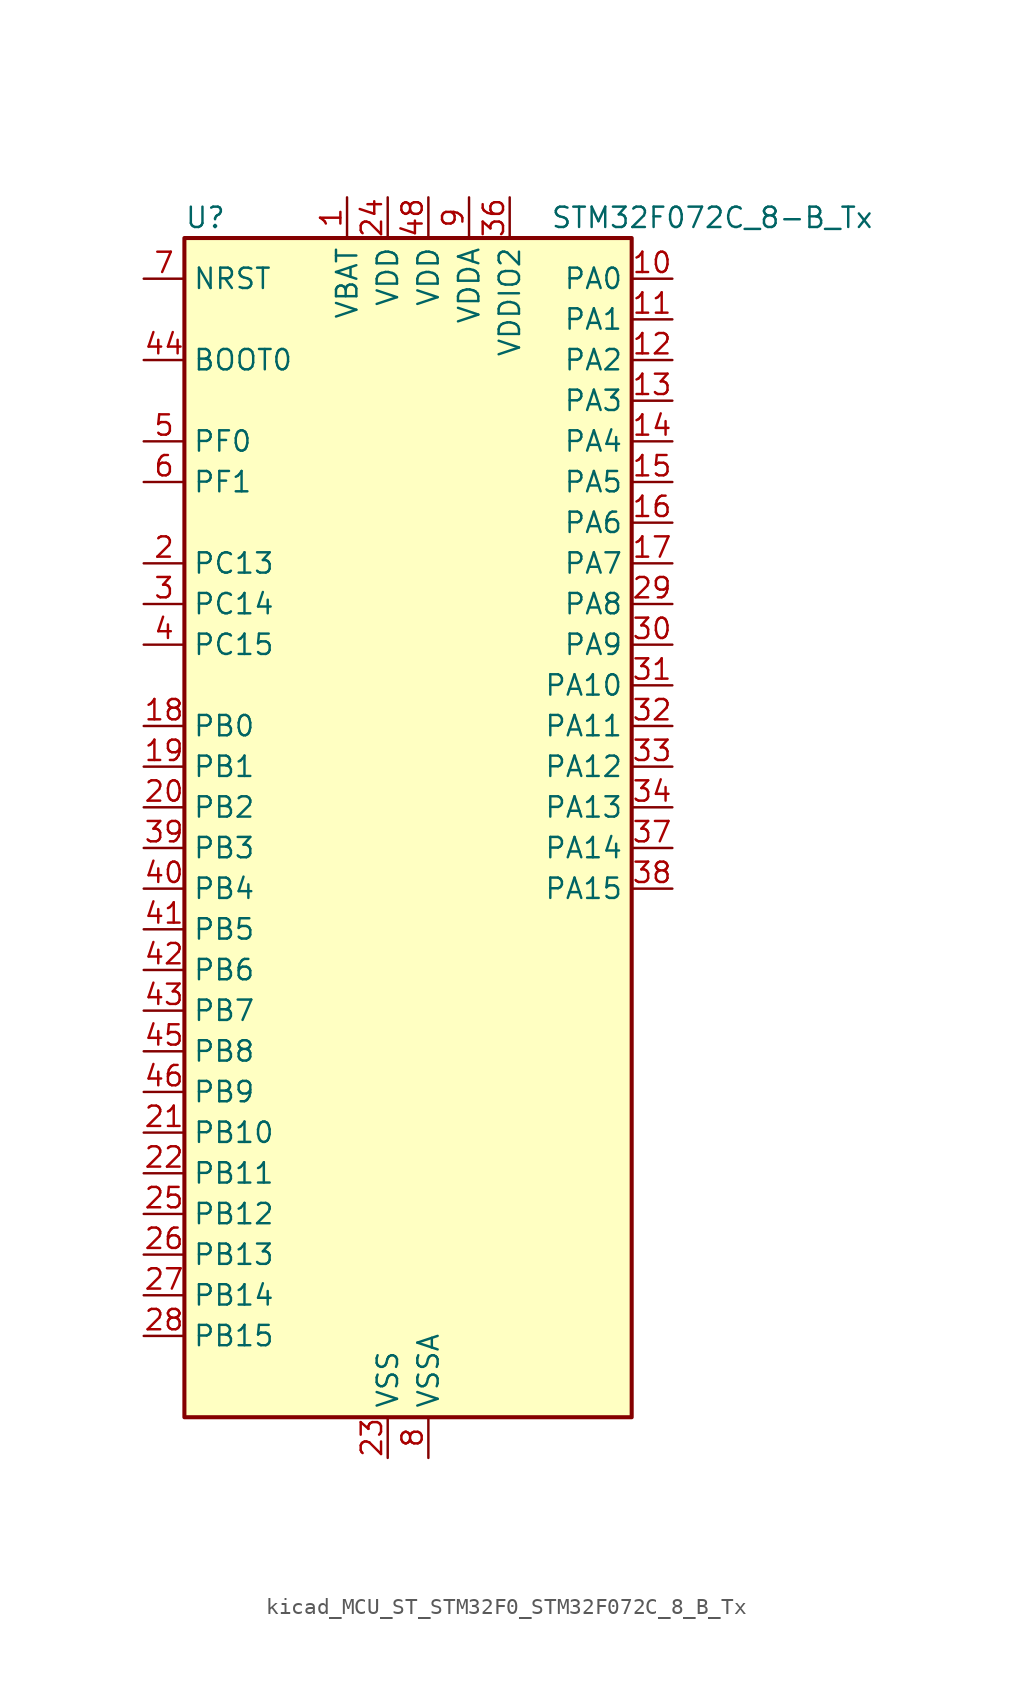
<source format=kicad_sym>
(kicad_symbol_lib
  (version 20220914)
  (generator kicad_symbol_editor)
  (symbol "kicad_MCU_ST_STM32F0_STM32F072C_8_B_Tx"
    (property "Reference" "U"
      (at -12.7 39.37 0)
      (effects (font (size 1.27 1.27)) (justify left)))
    (property "Value" "STM32F072C_8-B_Tx"
      (at 10.16 39.37 0)
      (effects (font (size 1.27 1.27)) (justify left)))
    (property "ki_locked" ""
      (at 0 0 0)
      (effects (font (size 1.27 1.27))))
    (symbol "kicad_MCU_ST_STM32F0_STM32F072C_8_B_Tx_0_1"
      (rectangle (start -12.7 -35.56) (end 15.24 38.1) (stroke (width 0.254) (type default)) (fill (type background))))
    (symbol "kicad_MCU_ST_STM32F0_STM32F072C_8_B_Tx_1_1"
      (pin power_in line (at -2.54 40.64 270) (length 2.54) (name "VBAT" (effects (font (size 1.27 1.27)))) (number "1" (effects (font (size 1.27 1.27)))))
      (pin bidirectional line (at 17.78 35.56 180) (length 2.54) (name "PA0" (effects (font (size 1.27 1.27)))) (number "10" (effects (font (size 1.27 1.27)))) (alternate "ADC_IN0" bidirectional line) (alternate "COMP1_INM" bidirectional line) (alternate "COMP1_OUT" bidirectional line) (alternate "RTC_TAMP2" bidirectional line) (alternate "SYS_WKUP1" bidirectional line) (alternate "TIM2_CH1" bidirectional line) (alternate "TIM2_ETR" bidirectional line) (alternate "TSC_G1_IO1" bidirectional line) (alternate "USART2_CTS" bidirectional line) (alternate "USART4_TX" bidirectional line))
      (pin bidirectional line (at 17.78 33.02 180) (length 2.54) (name "PA1" (effects (font (size 1.27 1.27)))) (number "11" (effects (font (size 1.27 1.27)))) (alternate "ADC_IN1" bidirectional line) (alternate "COMP1_INP" bidirectional line) (alternate "TIM15_CH1N" bidirectional line) (alternate "TIM2_CH2" bidirectional line) (alternate "TSC_G1_IO2" bidirectional line) (alternate "USART2_DE" bidirectional line) (alternate "USART2_RTS" bidirectional line) (alternate "USART4_RX" bidirectional line))
      (pin bidirectional line (at 17.78 30.48 180) (length 2.54) (name "PA2" (effects (font (size 1.27 1.27)))) (number "12" (effects (font (size 1.27 1.27)))) (alternate "ADC_IN2" bidirectional line) (alternate "COMP2_INM" bidirectional line) (alternate "COMP2_OUT" bidirectional line) (alternate "SYS_WKUP4" bidirectional line) (alternate "TIM15_CH1" bidirectional line) (alternate "TIM2_CH3" bidirectional line) (alternate "TSC_G1_IO3" bidirectional line) (alternate "USART2_TX" bidirectional line))
      (pin bidirectional line (at 17.78 27.94 180) (length 2.54) (name "PA3" (effects (font (size 1.27 1.27)))) (number "13" (effects (font (size 1.27 1.27)))) (alternate "ADC_IN3" bidirectional line) (alternate "COMP2_INP" bidirectional line) (alternate "TIM15_CH2" bidirectional line) (alternate "TIM2_CH4" bidirectional line) (alternate "TSC_G1_IO4" bidirectional line) (alternate "USART2_RX" bidirectional line))
      (pin bidirectional line (at 17.78 25.4 180) (length 2.54) (name "PA4" (effects (font (size 1.27 1.27)))) (number "14" (effects (font (size 1.27 1.27)))) (alternate "ADC_IN4" bidirectional line) (alternate "COMP1_INM" bidirectional line) (alternate "COMP2_INM" bidirectional line) (alternate "DAC_OUT1" bidirectional line) (alternate "I2S1_WS" bidirectional line) (alternate "SPI1_NSS" bidirectional line) (alternate "TIM14_CH1" bidirectional line) (alternate "TSC_G2_IO1" bidirectional line) (alternate "USART2_CK" bidirectional line))
      (pin bidirectional line (at 17.78 22.86 180) (length 2.54) (name "PA5" (effects (font (size 1.27 1.27)))) (number "15" (effects (font (size 1.27 1.27)))) (alternate "ADC_IN5" bidirectional line) (alternate "CEC" bidirectional line) (alternate "COMP1_INM" bidirectional line) (alternate "COMP2_INM" bidirectional line) (alternate "DAC_OUT2" bidirectional line) (alternate "I2S1_CK" bidirectional line) (alternate "SPI1_SCK" bidirectional line) (alternate "TIM2_CH1" bidirectional line) (alternate "TIM2_ETR" bidirectional line) (alternate "TSC_G2_IO2" bidirectional line))
      (pin bidirectional line (at 17.78 20.32 180) (length 2.54) (name "PA6" (effects (font (size 1.27 1.27)))) (number "16" (effects (font (size 1.27 1.27)))) (alternate "ADC_IN6" bidirectional line) (alternate "COMP1_OUT" bidirectional line) (alternate "I2S1_MCK" bidirectional line) (alternate "SPI1_MISO" bidirectional line) (alternate "TIM16_CH1" bidirectional line) (alternate "TIM1_BKIN" bidirectional line) (alternate "TIM3_CH1" bidirectional line) (alternate "TSC_G2_IO3" bidirectional line) (alternate "USART3_CTS" bidirectional line))
      (pin bidirectional line (at 17.78 17.78 180) (length 2.54) (name "PA7" (effects (font (size 1.27 1.27)))) (number "17" (effects (font (size 1.27 1.27)))) (alternate "ADC_IN7" bidirectional line) (alternate "COMP2_OUT" bidirectional line) (alternate "I2S1_SD" bidirectional line) (alternate "SPI1_MOSI" bidirectional line) (alternate "TIM14_CH1" bidirectional line) (alternate "TIM17_CH1" bidirectional line) (alternate "TIM1_CH1N" bidirectional line) (alternate "TIM3_CH2" bidirectional line) (alternate "TSC_G2_IO4" bidirectional line))
      (pin bidirectional line (at -15.24 7.62 0) (length 2.54) (name "PB0" (effects (font (size 1.27 1.27)))) (number "18" (effects (font (size 1.27 1.27)))) (alternate "ADC_IN8" bidirectional line) (alternate "TIM1_CH2N" bidirectional line) (alternate "TIM3_CH3" bidirectional line) (alternate "TSC_G3_IO2" bidirectional line) (alternate "USART3_CK" bidirectional line))
      (pin bidirectional line (at -15.24 5.08 0) (length 2.54) (name "PB1" (effects (font (size 1.27 1.27)))) (number "19" (effects (font (size 1.27 1.27)))) (alternate "ADC_IN9" bidirectional line) (alternate "TIM14_CH1" bidirectional line) (alternate "TIM1_CH3N" bidirectional line) (alternate "TIM3_CH4" bidirectional line) (alternate "TSC_G3_IO3" bidirectional line) (alternate "USART3_DE" bidirectional line) (alternate "USART3_RTS" bidirectional line))
      (pin bidirectional line (at -15.24 17.78 0) (length 2.54) (name "PC13" (effects (font (size 1.27 1.27)))) (number "2" (effects (font (size 1.27 1.27)))) (alternate "RTC_OUT_ALARM" bidirectional line) (alternate "RTC_OUT_CALIB" bidirectional line) (alternate "RTC_TAMP1" bidirectional line) (alternate "RTC_TS" bidirectional line) (alternate "SYS_WKUP2" bidirectional line))
      (pin bidirectional line (at -15.24 2.54 0) (length 2.54) (name "PB2" (effects (font (size 1.27 1.27)))) (number "20" (effects (font (size 1.27 1.27)))) (alternate "TSC_G3_IO4" bidirectional line))
      (pin bidirectional line (at -15.24 -17.78 0) (length 2.54) (name "PB10" (effects (font (size 1.27 1.27)))) (number "21" (effects (font (size 1.27 1.27)))) (alternate "CEC" bidirectional line) (alternate "I2C2_SCL" bidirectional line) (alternate "I2S2_CK" bidirectional line) (alternate "SPI2_SCK" bidirectional line) (alternate "TIM2_CH3" bidirectional line) (alternate "TSC_SYNC" bidirectional line) (alternate "USART3_TX" bidirectional line))
      (pin bidirectional line (at -15.24 -20.32 0) (length 2.54) (name "PB11" (effects (font (size 1.27 1.27)))) (number "22" (effects (font (size 1.27 1.27)))) (alternate "I2C2_SDA" bidirectional line) (alternate "TIM2_CH4" bidirectional line) (alternate "TSC_G6_IO1" bidirectional line) (alternate "USART3_RX" bidirectional line))
      (pin power_in line (at 0 -38.1 90) (length 2.54) (name "VSS" (effects (font (size 1.27 1.27)))) (number "23" (effects (font (size 1.27 1.27)))))
      (pin power_in line (at 0 40.64 270) (length 2.54) (name "VDD" (effects (font (size 1.27 1.27)))) (number "24" (effects (font (size 1.27 1.27)))))
      (pin bidirectional line (at -15.24 -22.86 0) (length 2.54) (name "PB12" (effects (font (size 1.27 1.27)))) (number "25" (effects (font (size 1.27 1.27)))) (alternate "I2S2_WS" bidirectional line) (alternate "SPI2_NSS" bidirectional line) (alternate "TIM15_BKIN" bidirectional line) (alternate "TIM1_BKIN" bidirectional line) (alternate "TSC_G6_IO2" bidirectional line) (alternate "USART3_CK" bidirectional line))
      (pin bidirectional line (at -15.24 -25.4 0) (length 2.54) (name "PB13" (effects (font (size 1.27 1.27)))) (number "26" (effects (font (size 1.27 1.27)))) (alternate "I2C2_SCL" bidirectional line) (alternate "I2S2_CK" bidirectional line) (alternate "SPI2_SCK" bidirectional line) (alternate "TIM1_CH1N" bidirectional line) (alternate "TSC_G6_IO3" bidirectional line) (alternate "USART3_CTS" bidirectional line))
      (pin bidirectional line (at -15.24 -27.94 0) (length 2.54) (name "PB14" (effects (font (size 1.27 1.27)))) (number "27" (effects (font (size 1.27 1.27)))) (alternate "I2C2_SDA" bidirectional line) (alternate "I2S2_MCK" bidirectional line) (alternate "SPI2_MISO" bidirectional line) (alternate "TIM15_CH1" bidirectional line) (alternate "TIM1_CH2N" bidirectional line) (alternate "TSC_G6_IO4" bidirectional line) (alternate "USART3_DE" bidirectional line) (alternate "USART3_RTS" bidirectional line))
      (pin bidirectional line (at -15.24 -30.48 0) (length 2.54) (name "PB15" (effects (font (size 1.27 1.27)))) (number "28" (effects (font (size 1.27 1.27)))) (alternate "I2S2_SD" bidirectional line) (alternate "RTC_REFIN" bidirectional line) (alternate "SPI2_MOSI" bidirectional line) (alternate "SYS_WKUP7" bidirectional line) (alternate "TIM15_CH1N" bidirectional line) (alternate "TIM15_CH2" bidirectional line) (alternate "TIM1_CH3N" bidirectional line))
      (pin bidirectional line (at 17.78 15.24 180) (length 2.54) (name "PA8" (effects (font (size 1.27 1.27)))) (number "29" (effects (font (size 1.27 1.27)))) (alternate "CRS_SYNC" bidirectional line) (alternate "RCC_MCO" bidirectional line) (alternate "TIM1_CH1" bidirectional line) (alternate "USART1_CK" bidirectional line))
      (pin bidirectional line (at -15.24 15.24 0) (length 2.54) (name "PC14" (effects (font (size 1.27 1.27)))) (number "3" (effects (font (size 1.27 1.27)))) (alternate "RCC_OSC32_IN" bidirectional line))
      (pin bidirectional line (at 17.78 12.7 180) (length 2.54) (name "PA9" (effects (font (size 1.27 1.27)))) (number "30" (effects (font (size 1.27 1.27)))) (alternate "DAC_EXTI9" bidirectional line) (alternate "TIM15_BKIN" bidirectional line) (alternate "TIM1_CH2" bidirectional line) (alternate "TSC_G4_IO1" bidirectional line) (alternate "USART1_TX" bidirectional line))
      (pin bidirectional line (at 17.78 10.16 180) (length 2.54) (name "PA10" (effects (font (size 1.27 1.27)))) (number "31" (effects (font (size 1.27 1.27)))) (alternate "TIM17_BKIN" bidirectional line) (alternate "TIM1_CH3" bidirectional line) (alternate "TSC_G4_IO2" bidirectional line) (alternate "USART1_RX" bidirectional line))
      (pin bidirectional line (at 17.78 7.62 180) (length 2.54) (name "PA11" (effects (font (size 1.27 1.27)))) (number "32" (effects (font (size 1.27 1.27)))) (alternate "CAN_RX" bidirectional line) (alternate "COMP1_OUT" bidirectional line) (alternate "TIM1_CH4" bidirectional line) (alternate "TSC_G4_IO3" bidirectional line) (alternate "USART1_CTS" bidirectional line) (alternate "USB_DM" bidirectional line))
      (pin bidirectional line (at 17.78 5.08 180) (length 2.54) (name "PA12" (effects (font (size 1.27 1.27)))) (number "33" (effects (font (size 1.27 1.27)))) (alternate "CAN_TX" bidirectional line) (alternate "COMP2_OUT" bidirectional line) (alternate "TIM1_ETR" bidirectional line) (alternate "TSC_G4_IO4" bidirectional line) (alternate "USART1_DE" bidirectional line) (alternate "USART1_RTS" bidirectional line) (alternate "USB_DP" bidirectional line))
      (pin bidirectional line (at 17.78 2.54 180) (length 2.54) (name "PA13" (effects (font (size 1.27 1.27)))) (number "34" (effects (font (size 1.27 1.27)))) (alternate "IR_OUT" bidirectional line) (alternate "SYS_SWDIO" bidirectional line) (alternate "USB_NOE" bidirectional line))
      (pin passive line (at 0 -38.1 90) (length 2.54) hide (name "VSS" (effects (font (size 1.27 1.27)))) (number "35" (effects (font (size 1.27 1.27)))))
      (pin power_in line (at 7.62 40.64 270) (length 2.54) (name "VDDIO2" (effects (font (size 1.27 1.27)))) (number "36" (effects (font (size 1.27 1.27)))))
      (pin bidirectional line (at 17.78 0 180) (length 2.54) (name "PA14" (effects (font (size 1.27 1.27)))) (number "37" (effects (font (size 1.27 1.27)))) (alternate "SYS_SWCLK" bidirectional line) (alternate "USART2_TX" bidirectional line))
      (pin bidirectional line (at 17.78 -2.54 180) (length 2.54) (name "PA15" (effects (font (size 1.27 1.27)))) (number "38" (effects (font (size 1.27 1.27)))) (alternate "I2S1_WS" bidirectional line) (alternate "SPI1_NSS" bidirectional line) (alternate "TIM2_CH1" bidirectional line) (alternate "TIM2_ETR" bidirectional line) (alternate "USART2_RX" bidirectional line) (alternate "USART4_DE" bidirectional line) (alternate "USART4_RTS" bidirectional line))
      (pin bidirectional line (at -15.24 0 0) (length 2.54) (name "PB3" (effects (font (size 1.27 1.27)))) (number "39" (effects (font (size 1.27 1.27)))) (alternate "I2S1_CK" bidirectional line) (alternate "SPI1_SCK" bidirectional line) (alternate "TIM2_CH2" bidirectional line) (alternate "TSC_G5_IO1" bidirectional line))
      (pin bidirectional line (at -15.24 12.7 0) (length 2.54) (name "PC15" (effects (font (size 1.27 1.27)))) (number "4" (effects (font (size 1.27 1.27)))) (alternate "RCC_OSC32_OUT" bidirectional line))
      (pin bidirectional line (at -15.24 -2.54 0) (length 2.54) (name "PB4" (effects (font (size 1.27 1.27)))) (number "40" (effects (font (size 1.27 1.27)))) (alternate "I2S1_MCK" bidirectional line) (alternate "SPI1_MISO" bidirectional line) (alternate "TIM17_BKIN" bidirectional line) (alternate "TIM3_CH1" bidirectional line) (alternate "TSC_G5_IO2" bidirectional line))
      (pin bidirectional line (at -15.24 -5.08 0) (length 2.54) (name "PB5" (effects (font (size 1.27 1.27)))) (number "41" (effects (font (size 1.27 1.27)))) (alternate "I2C1_SMBA" bidirectional line) (alternate "I2S1_SD" bidirectional line) (alternate "SPI1_MOSI" bidirectional line) (alternate "SYS_WKUP6" bidirectional line) (alternate "TIM16_BKIN" bidirectional line) (alternate "TIM3_CH2" bidirectional line))
      (pin bidirectional line (at -15.24 -7.62 0) (length 2.54) (name "PB6" (effects (font (size 1.27 1.27)))) (number "42" (effects (font (size 1.27 1.27)))) (alternate "I2C1_SCL" bidirectional line) (alternate "TIM16_CH1N" bidirectional line) (alternate "TSC_G5_IO3" bidirectional line) (alternate "USART1_TX" bidirectional line))
      (pin bidirectional line (at -15.24 -10.16 0) (length 2.54) (name "PB7" (effects (font (size 1.27 1.27)))) (number "43" (effects (font (size 1.27 1.27)))) (alternate "I2C1_SDA" bidirectional line) (alternate "TIM17_CH1N" bidirectional line) (alternate "TSC_G5_IO4" bidirectional line) (alternate "USART1_RX" bidirectional line) (alternate "USART4_CTS" bidirectional line))
      (pin input line (at -15.24 30.48 0) (length 2.54) (name "BOOT0" (effects (font (size 1.27 1.27)))) (number "44" (effects (font (size 1.27 1.27)))))
      (pin bidirectional line (at -15.24 -12.7 0) (length 2.54) (name "PB8" (effects (font (size 1.27 1.27)))) (number "45" (effects (font (size 1.27 1.27)))) (alternate "CAN_RX" bidirectional line) (alternate "CEC" bidirectional line) (alternate "I2C1_SCL" bidirectional line) (alternate "TIM16_CH1" bidirectional line) (alternate "TSC_SYNC" bidirectional line))
      (pin bidirectional line (at -15.24 -15.24 0) (length 2.54) (name "PB9" (effects (font (size 1.27 1.27)))) (number "46" (effects (font (size 1.27 1.27)))) (alternate "CAN_TX" bidirectional line) (alternate "DAC_EXTI9" bidirectional line) (alternate "I2C1_SDA" bidirectional line) (alternate "I2S2_WS" bidirectional line) (alternate "IR_OUT" bidirectional line) (alternate "SPI2_NSS" bidirectional line) (alternate "TIM17_CH1" bidirectional line))
      (pin passive line (at 0 -38.1 90) (length 2.54) hide (name "VSS" (effects (font (size 1.27 1.27)))) (number "47" (effects (font (size 1.27 1.27)))))
      (pin power_in line (at 2.54 40.64 270) (length 2.54) (name "VDD" (effects (font (size 1.27 1.27)))) (number "48" (effects (font (size 1.27 1.27)))))
      (pin bidirectional line (at -15.24 25.4 0) (length 2.54) (name "PF0" (effects (font (size 1.27 1.27)))) (number "5" (effects (font (size 1.27 1.27)))) (alternate "CRS_SYNC" bidirectional line) (alternate "RCC_OSC_IN" bidirectional line))
      (pin bidirectional line (at -15.24 22.86 0) (length 2.54) (name "PF1" (effects (font (size 1.27 1.27)))) (number "6" (effects (font (size 1.27 1.27)))) (alternate "RCC_OSC_OUT" bidirectional line))
      (pin input line (at -15.24 35.56 0) (length 2.54) (name "NRST" (effects (font (size 1.27 1.27)))) (number "7" (effects (font (size 1.27 1.27)))))
      (pin power_in line (at 2.54 -38.1 90) (length 2.54) (name "VSSA" (effects (font (size 1.27 1.27)))) (number "8" (effects (font (size 1.27 1.27)))))
      (pin power_in line (at 5.08 40.64 270) (length 2.54) (name "VDDA" (effects (font (size 1.27 1.27)))) (number "9" (effects (font (size 1.27 1.27))))))))
</source>
